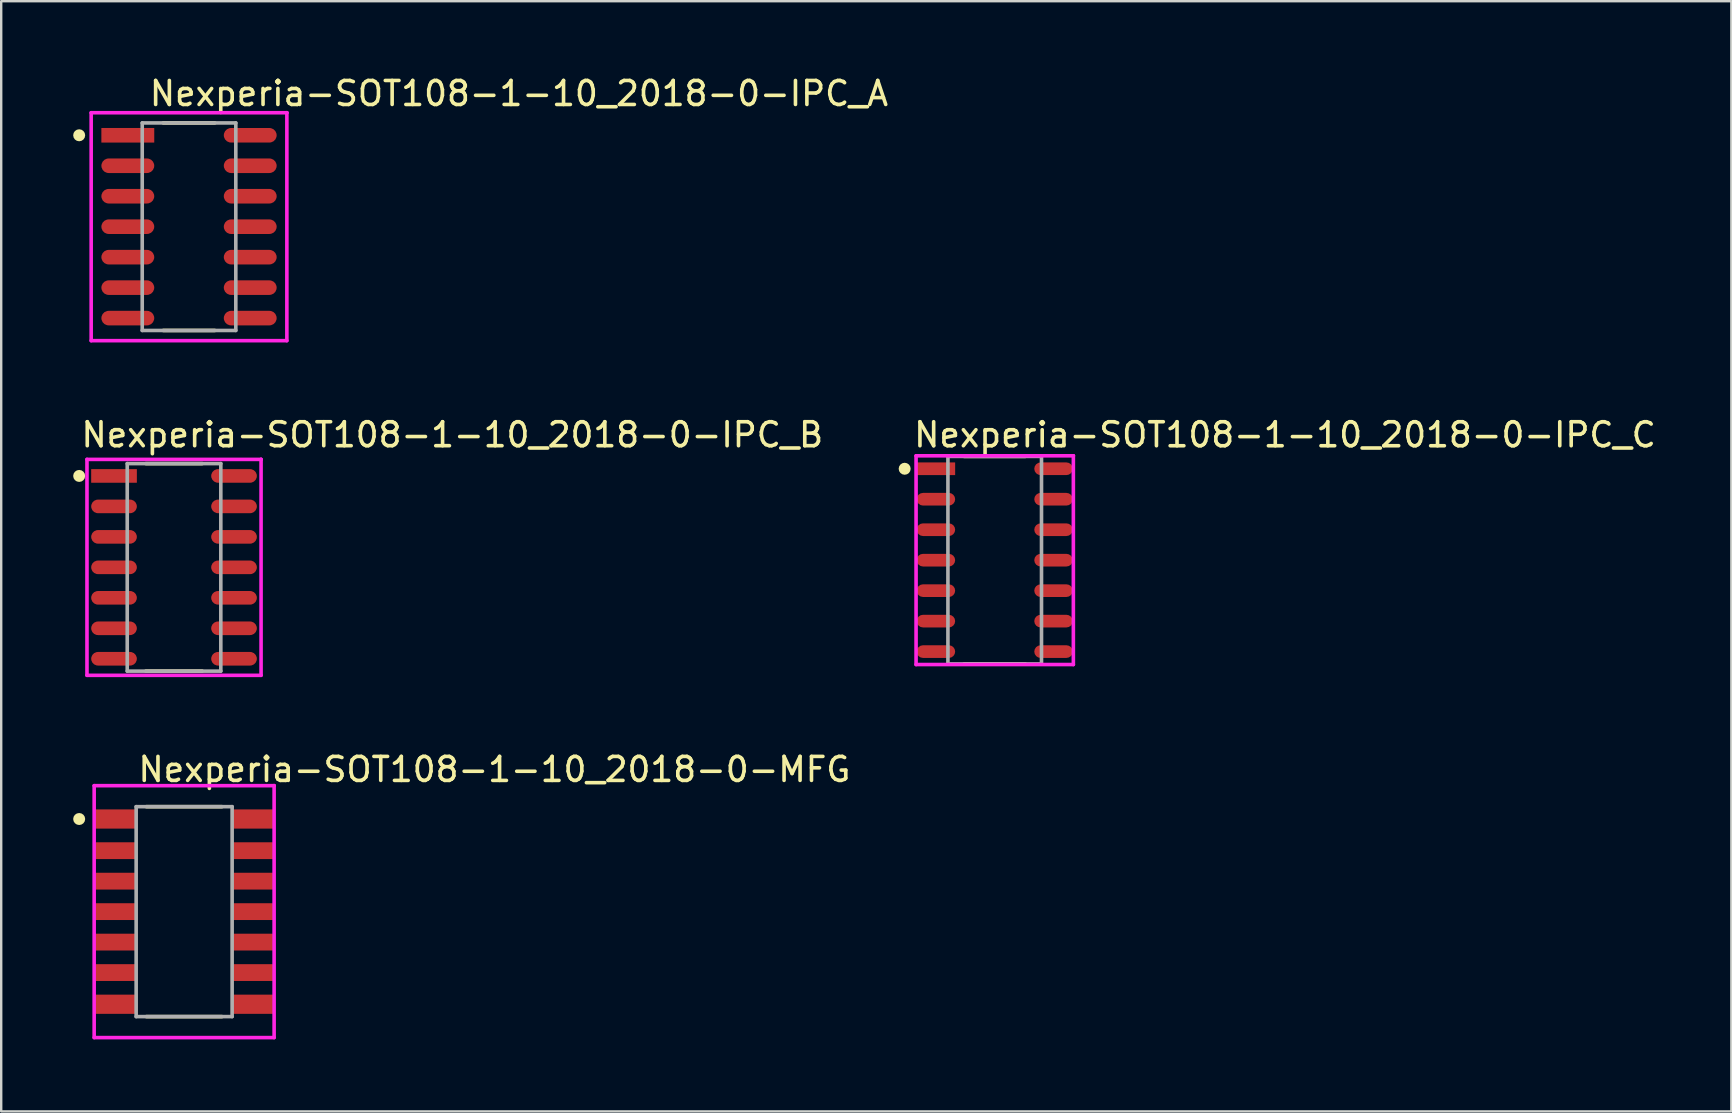
<source format=kicad_pcb>
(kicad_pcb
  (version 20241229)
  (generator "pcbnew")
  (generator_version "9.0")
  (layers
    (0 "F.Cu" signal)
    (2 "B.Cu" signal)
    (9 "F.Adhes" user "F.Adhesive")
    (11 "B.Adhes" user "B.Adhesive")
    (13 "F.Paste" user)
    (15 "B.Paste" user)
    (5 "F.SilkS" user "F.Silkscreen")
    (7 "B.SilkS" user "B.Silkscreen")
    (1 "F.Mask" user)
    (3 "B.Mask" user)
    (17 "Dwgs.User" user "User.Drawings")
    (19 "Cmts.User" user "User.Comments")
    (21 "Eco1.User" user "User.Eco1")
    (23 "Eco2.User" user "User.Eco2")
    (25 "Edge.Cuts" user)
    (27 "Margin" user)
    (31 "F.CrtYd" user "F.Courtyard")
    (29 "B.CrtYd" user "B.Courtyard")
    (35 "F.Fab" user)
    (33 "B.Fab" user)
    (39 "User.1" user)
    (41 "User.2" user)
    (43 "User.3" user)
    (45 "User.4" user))
  (footprint "Nexperia-SOT108-1-10_2018-0-MFG"
    (layer "F.Cu")
    (at 4.625 34.945)
    (property "Reference" "Nexperia-SOT108-1-10_2018-0-MFG" (at -2 -5.925 0) (layer "F.SilkS") (effects (font (size 1 1) (thickness 0.15)) (justify left)))
    (attr through_hole)
    (fp_line (start -1.575 -4.375) (end 1.575 -4.375) (stroke (width 0.15) (type solid)) (layer "F.SilkS"))
    (fp_line (start -1.575 4.375) (end 1.575 4.375) (stroke (width 0.15) (type solid)) (layer "F.SilkS"))
    (fp_circle (center -4.375 -3.86) (end -4.25 -3.86) (stroke (width 0.25) (type solid)) (fill no) (layer "F.SilkS"))
    (fp_line (start -3.75 -5.25) (end -3.75 5.25) (stroke (width 0.15) (type solid)) (layer "F.CrtYd"))
    (fp_line (start -3.75 5.25) (end 3.75 5.25) (stroke (width 0.15) (type solid)) (layer "F.CrtYd"))
    (fp_line (start 3.75 -5.25) (end -3.75 -5.25) (stroke (width 0.15) (type solid)) (layer "F.CrtYd"))
    (fp_line (start 3.75 -5.25) (end 3.75 -5.25) (stroke (width 0.15) (type solid)) (layer "F.CrtYd"))
    (fp_line (start 3.75 5.25) (end 3.75 -5.25) (stroke (width 0.15) (type solid)) (layer "F.CrtYd"))
    (fp_line (start -2 -4.375) (end 2 -4.375) (stroke (width 0.15) (type solid)) (layer "F.Fab"))
    (fp_line (start -2 4.375) (end -2 -4.375) (stroke (width 0.15) (type solid)) (layer "F.Fab"))
    (fp_line (start 2 -4.375) (end 2 4.375) (stroke (width 0.15) (type solid)) (layer "F.Fab"))
    (fp_line (start 2 4.375) (end -2 4.375) (stroke (width 0.15) (type solid)) (layer "F.Fab"))
    (pad "" smd rect (at -2.825 -3.86) (size 1.65 0.7) (layers "F.Paste"))
    (pad "" smd rect (at -2.825 -2.54) (size 1.65 0.6) (layers "F.Paste"))
    (pad "" smd rect (at -2.825 -1.27) (size 1.65 0.6) (layers "F.Paste"))
    (pad "" smd rect (at -2.825 0) (size 1.65 0.6) (layers "F.Paste"))
    (pad "" smd rect (at -2.825 1.27) (size 1.65 0.6) (layers "F.Paste"))
    (pad "" smd rect (at -2.825 2.54) (size 1.65 0.6) (layers "F.Paste"))
    (pad "" smd rect (at -2.825 3.86) (size 1.65 0.7) (layers "F.Paste"))
    (pad "" smd rect (at 2.825 -3.86) (size 1.65 0.7) (layers "F.Paste"))
    (pad "" smd rect (at 2.825 -2.54) (size 1.65 0.6) (layers "F.Paste"))
    (pad "" smd rect (at 2.825 -1.27) (size 1.65 0.6) (layers "F.Paste"))
    (pad "" smd rect (at 2.825 0) (size 1.65 0.6) (layers "F.Paste"))
    (pad "" smd rect (at 2.825 1.27) (size 1.65 0.6) (layers "F.Paste"))
    (pad "" smd rect (at 2.825 2.54) (size 1.65 0.6) (layers "F.Paste"))
    (pad "" smd rect (at 2.825 3.86) (size 1.65 0.7) (layers "F.Paste"))
    (pad "1" smd rect (at -2.825 -3.86) (size 1.75 0.8) (layers "F.Cu" "F.Mask"))
    (pad "2" smd rect (at -2.825 -2.54) (size 1.75 0.7) (layers "F.Cu" "F.Mask"))
    (pad "3" smd rect (at -2.825 -1.27) (size 1.75 0.7) (layers "F.Cu" "F.Mask"))
    (pad "4" smd rect (at -2.825 0) (size 1.75 0.7) (layers "F.Cu" "F.Mask"))
    (pad "5" smd rect (at -2.825 1.27) (size 1.75 0.7) (layers "F.Cu" "F.Mask"))
    (pad "6" smd rect (at -2.825 2.54) (size 1.75 0.7) (layers "F.Cu" "F.Mask"))
    (pad "7" smd rect (at -2.825 3.86) (size 1.75 0.8) (layers "F.Cu" "F.Mask"))
    (pad "8" smd rect (at 2.825 3.86) (size 1.75 0.8) (layers "F.Cu" "F.Mask"))
    (pad "9" smd rect (at 2.825 2.54) (size 1.75 0.7) (layers "F.Cu" "F.Mask"))
    (pad "10" smd rect (at 2.825 1.27) (size 1.75 0.7) (layers "F.Cu" "F.Mask"))
    (pad "11" smd rect (at 2.825 0) (size 1.75 0.7) (layers "F.Cu" "F.Mask"))
    (pad "12" smd rect (at 2.825 -1.27) (size 1.75 0.7) (layers "F.Cu" "F.Mask"))
    (pad "13" smd rect (at 2.825 -2.54) (size 1.75 0.7) (layers "F.Cu" "F.Mask"))
    (pad "14" smd rect (at 2.825 -3.86) (size 1.75 0.8) (layers "F.Cu" "F.Mask")))
  (footprint "Nexperia-SOT108-1-10_2018-0-IPC_C"
    (layer "F.Cu")
    (at 38.408 20.297)
    (property "Reference" "Nexperia-SOT108-1-10_2018-0-IPC_C" (at -3.453 -5.225 0) (layer "F.SilkS") (effects (font (size 1 1) (thickness 0.15)) (justify left)))
    (attr through_hole)
    (fp_line (start -1.274 -4.325) (end 1.274 -4.325) (stroke (width 0.15) (type solid)) (layer "F.SilkS"))
    (fp_line (start -1.274 4.325) (end 1.274 4.325) (stroke (width 0.15) (type solid)) (layer "F.SilkS"))
    (fp_circle (center -3.753 -3.81) (end -3.628 -3.81) (stroke (width 0.25) (type solid)) (fill no) (layer "F.SilkS"))
    (fp_line (start -3.278 -4.35) (end -3.278 4.35) (stroke (width 0.15) (type solid)) (layer "F.CrtYd"))
    (fp_line (start -3.278 4.35) (end 3.278 4.35) (stroke (width 0.15) (type solid)) (layer "F.CrtYd"))
    (fp_line (start 3.278 -4.35) (end -3.278 -4.35) (stroke (width 0.15) (type solid)) (layer "F.CrtYd"))
    (fp_line (start 3.278 -4.35) (end 3.278 -4.35) (stroke (width 0.15) (type solid)) (layer "F.CrtYd"))
    (fp_line (start 3.278 4.35) (end 3.278 -4.35) (stroke (width 0.15) (type solid)) (layer "F.CrtYd"))
    (fp_line (start -1.95 -4.325) (end 1.95 -4.325) (stroke (width 0.15) (type solid)) (layer "F.Fab"))
    (fp_line (start -1.95 4.325) (end -1.95 -4.325) (stroke (width 0.15) (type solid)) (layer "F.Fab"))
    (fp_line (start 1.95 -4.325) (end 1.95 4.325) (stroke (width 0.15) (type solid)) (layer "F.Fab"))
    (fp_line (start 1.95 4.325) (end -1.95 4.325) (stroke (width 0.15) (type solid)) (layer "F.Fab"))
    (pad "1" smd rect (at -2.451 -3.81) (size 1.604 0.528) (layers "F.Cu" "F.Mask" "F.Paste"))
    (pad "2" smd roundrect (at -2.451 -2.54) (size 1.604 0.528) (layers "F.Cu" "F.Mask" "F.Paste") (roundrect_rratio 0.5))
    (pad "3" smd roundrect (at -2.451 -1.27) (size 1.604 0.528) (layers "F.Cu" "F.Mask" "F.Paste") (roundrect_rratio 0.5))
    (pad "4" smd roundrect (at -2.451 0) (size 1.604 0.528) (layers "F.Cu" "F.Mask" "F.Paste") (roundrect_rratio 0.5))
    (pad "5" smd roundrect (at -2.451 1.27) (size 1.604 0.528) (layers "F.Cu" "F.Mask" "F.Paste") (roundrect_rratio 0.5))
    (pad "6" smd roundrect (at -2.451 2.54) (size 1.604 0.528) (layers "F.Cu" "F.Mask" "F.Paste") (roundrect_rratio 0.5))
    (pad "7" smd roundrect (at -2.451 3.81) (size 1.604 0.528) (layers "F.Cu" "F.Mask" "F.Paste") (roundrect_rratio 0.5))
    (pad "8" smd roundrect (at 2.451 3.81) (size 1.604 0.528) (layers "F.Cu" "F.Mask" "F.Paste") (roundrect_rratio 0.5))
    (pad "9" smd roundrect (at 2.451 2.54) (size 1.604 0.528) (layers "F.Cu" "F.Mask" "F.Paste") (roundrect_rratio 0.5))
    (pad "10" smd roundrect (at 2.451 1.27) (size 1.604 0.528) (layers "F.Cu" "F.Mask" "F.Paste") (roundrect_rratio 0.5))
    (pad "11" smd roundrect (at 2.451 0) (size 1.604 0.528) (layers "F.Cu" "F.Mask" "F.Paste") (roundrect_rratio 0.5))
    (pad "12" smd roundrect (at 2.451 -1.27) (size 1.604 0.528) (layers "F.Cu" "F.Mask" "F.Paste") (roundrect_rratio 0.5))
    (pad "13" smd roundrect (at 2.451 -2.54) (size 1.604 0.528) (layers "F.Cu" "F.Mask" "F.Paste") (roundrect_rratio 0.5))
    (pad "14" smd roundrect (at 2.451 -3.81) (size 1.604 0.528) (layers "F.Cu" "F.Mask" "F.Paste") (roundrect_rratio 0.5)))
  (footprint "Nexperia-SOT108-1-10_2018-0-IPC_A"
    (layer "F.Cu")
    (at 4.828 6.398)
    (property "Reference" "Nexperia-SOT108-1-10_2018-0-IPC_A" (at -1.728 -5.55 0) (layer "F.SilkS") (effects (font (size 1 1) (thickness 0.15)) (justify left)))
    (attr through_hole)
    (fp_line (start -1.074 -4.325) (end 1.074 -4.325) (stroke (width 0.15) (type solid)) (layer "F.SilkS"))
    (fp_line (start -1.074 4.325) (end 1.074 4.325) (stroke (width 0.15) (type solid)) (layer "F.SilkS"))
    (fp_circle (center -4.578 -3.81) (end -4.453 -3.81) (stroke (width 0.25) (type solid)) (fill no) (layer "F.SilkS"))
    (fp_line (start -4.078 -4.75) (end -4.078 4.75) (stroke (width 0.15) (type solid)) (layer "F.CrtYd"))
    (fp_line (start -4.078 4.75) (end 4.078 4.75) (stroke (width 0.15) (type solid)) (layer "F.CrtYd"))
    (fp_line (start 4.078 -4.75) (end -4.078 -4.75) (stroke (width 0.15) (type solid)) (layer "F.CrtYd"))
    (fp_line (start 4.078 -4.75) (end 4.078 -4.75) (stroke (width 0.15) (type solid)) (layer "F.CrtYd"))
    (fp_line (start 4.078 4.75) (end 4.078 -4.75) (stroke (width 0.15) (type solid)) (layer "F.CrtYd"))
    (fp_line (start -1.95 -4.325) (end 1.95 -4.325) (stroke (width 0.15) (type solid)) (layer "F.Fab"))
    (fp_line (start -1.95 4.325) (end -1.95 -4.325) (stroke (width 0.15) (type solid)) (layer "F.Fab"))
    (fp_line (start 1.95 -4.325) (end 1.95 4.325) (stroke (width 0.15) (type solid)) (layer "F.Fab"))
    (fp_line (start 1.95 4.325) (end -1.95 4.325) (stroke (width 0.15) (type solid)) (layer "F.Fab"))
    (pad "1" smd rect (at -2.551 -3.81) (size 2.204 0.608) (layers "F.Cu" "F.Mask" "F.Paste"))
    (pad "2" smd roundrect (at -2.551 -2.54) (size 2.204 0.608) (layers "F.Cu" "F.Mask" "F.Paste") (roundrect_rratio 0.5))
    (pad "3" smd roundrect (at -2.551 -1.27) (size 2.204 0.608) (layers "F.Cu" "F.Mask" "F.Paste") (roundrect_rratio 0.5))
    (pad "4" smd roundrect (at -2.551 0) (size 2.204 0.608) (layers "F.Cu" "F.Mask" "F.Paste") (roundrect_rratio 0.5))
    (pad "5" smd roundrect (at -2.551 1.27) (size 2.204 0.608) (layers "F.Cu" "F.Mask" "F.Paste") (roundrect_rratio 0.5))
    (pad "6" smd roundrect (at -2.551 2.54) (size 2.204 0.608) (layers "F.Cu" "F.Mask" "F.Paste") (roundrect_rratio 0.5))
    (pad "7" smd roundrect (at -2.551 3.81) (size 2.204 0.608) (layers "F.Cu" "F.Mask" "F.Paste") (roundrect_rratio 0.5))
    (pad "8" smd roundrect (at 2.551 3.81) (size 2.204 0.608) (layers "F.Cu" "F.Mask" "F.Paste") (roundrect_rratio 0.5))
    (pad "9" smd roundrect (at 2.551 2.54) (size 2.204 0.608) (layers "F.Cu" "F.Mask" "F.Paste") (roundrect_rratio 0.5))
    (pad "10" smd roundrect (at 2.551 1.27) (size 2.204 0.608) (layers "F.Cu" "F.Mask" "F.Paste") (roundrect_rratio 0.5))
    (pad "11" smd roundrect (at 2.551 0) (size 2.204 0.608) (layers "F.Cu" "F.Mask" "F.Paste") (roundrect_rratio 0.5))
    (pad "12" smd roundrect (at 2.551 -1.27) (size 2.204 0.608) (layers "F.Cu" "F.Mask" "F.Paste") (roundrect_rratio 0.5))
    (pad "13" smd roundrect (at 2.551 -2.54) (size 2.204 0.608) (layers "F.Cu" "F.Mask" "F.Paste") (roundrect_rratio 0.5))
    (pad "14" smd roundrect (at 2.551 -3.81) (size 2.204 0.608) (layers "F.Cu" "F.Mask" "F.Paste") (roundrect_rratio 0.5)))
  (footprint "Nexperia-SOT108-1-10_2018-0-IPC_B"
    (layer "F.Cu")
    (at 4.203 20.596)
    (property "Reference" "Nexperia-SOT108-1-10_2018-0-IPC_B" (at -3.953 -5.525 0) (layer "F.SilkS") (effects (font (size 1 1) (thickness 0.15)) (justify left)))
    (attr through_hole)
    (fp_line (start -1.174 -4.325) (end 1.174 -4.325) (stroke (width 0.15) (type solid)) (layer "F.SilkS"))
    (fp_line (start -1.174 4.325) (end 1.174 4.325) (stroke (width 0.15) (type solid)) (layer "F.SilkS"))
    (fp_circle (center -3.953 -3.81) (end -3.828 -3.81) (stroke (width 0.25) (type solid)) (fill no) (layer "F.SilkS"))
    (fp_line (start -3.628 -4.5) (end -3.628 4.5) (stroke (width 0.15) (type solid)) (layer "F.CrtYd"))
    (fp_line (start -3.628 4.5) (end 3.628 4.5) (stroke (width 0.15) (type solid)) (layer "F.CrtYd"))
    (fp_line (start 3.628 -4.5) (end -3.628 -4.5) (stroke (width 0.15) (type solid)) (layer "F.CrtYd"))
    (fp_line (start 3.628 -4.5) (end 3.628 -4.5) (stroke (width 0.15) (type solid)) (layer "F.CrtYd"))
    (fp_line (start 3.628 4.5) (end 3.628 -4.5) (stroke (width 0.15) (type solid)) (layer "F.CrtYd"))
    (fp_line (start -1.95 -4.325) (end 1.95 -4.325) (stroke (width 0.15) (type solid)) (layer "F.Fab"))
    (fp_line (start -1.95 4.325) (end -1.95 -4.325) (stroke (width 0.15) (type solid)) (layer "F.Fab"))
    (fp_line (start 1.95 -4.325) (end 1.95 4.325) (stroke (width 0.15) (type solid)) (layer "F.Fab"))
    (fp_line (start 1.95 4.325) (end -1.95 4.325) (stroke (width 0.15) (type solid)) (layer "F.Fab"))
    (pad "1" smd rect (at -2.501 -3.81) (size 1.904 0.568) (layers "F.Cu" "F.Mask" "F.Paste"))
    (pad "2" smd roundrect (at -2.501 -2.54) (size 1.904 0.568) (layers "F.Cu" "F.Mask" "F.Paste") (roundrect_rratio 0.5))
    (pad "3" smd roundrect (at -2.501 -1.27) (size 1.904 0.568) (layers "F.Cu" "F.Mask" "F.Paste") (roundrect_rratio 0.5))
    (pad "4" smd roundrect (at -2.501 0) (size 1.904 0.568) (layers "F.Cu" "F.Mask" "F.Paste") (roundrect_rratio 0.5))
    (pad "5" smd roundrect (at -2.501 1.27) (size 1.904 0.568) (layers "F.Cu" "F.Mask" "F.Paste") (roundrect_rratio 0.5))
    (pad "6" smd roundrect (at -2.501 2.54) (size 1.904 0.568) (layers "F.Cu" "F.Mask" "F.Paste") (roundrect_rratio 0.5))
    (pad "7" smd roundrect (at -2.501 3.81) (size 1.904 0.568) (layers "F.Cu" "F.Mask" "F.Paste") (roundrect_rratio 0.5))
    (pad "8" smd roundrect (at 2.501 3.81) (size 1.904 0.568) (layers "F.Cu" "F.Mask" "F.Paste") (roundrect_rratio 0.5))
    (pad "9" smd roundrect (at 2.501 2.54) (size 1.904 0.568) (layers "F.Cu" "F.Mask" "F.Paste") (roundrect_rratio 0.5))
    (pad "10" smd roundrect (at 2.501 1.27) (size 1.904 0.568) (layers "F.Cu" "F.Mask" "F.Paste") (roundrect_rratio 0.5))
    (pad "11" smd roundrect (at 2.501 0) (size 1.904 0.568) (layers "F.Cu" "F.Mask" "F.Paste") (roundrect_rratio 0.5))
    (pad "12" smd roundrect (at 2.501 -1.27) (size 1.904 0.568) (layers "F.Cu" "F.Mask" "F.Paste") (roundrect_rratio 0.5))
    (pad "13" smd roundrect (at 2.501 -2.54) (size 1.904 0.568) (layers "F.Cu" "F.Mask" "F.Paste") (roundrect_rratio 0.5))
    (pad "14" smd roundrect (at 2.501 -3.81) (size 1.904 0.568) (layers "F.Cu" "F.Mask" "F.Paste") (roundrect_rratio 0.5)))
  (gr_rect
    (start -3 -3)
    (end 69.11 43.27)
    (stroke (width 0.1) (type default))
    (fill no)
    (layer "Edge.Cuts")))
</source>
